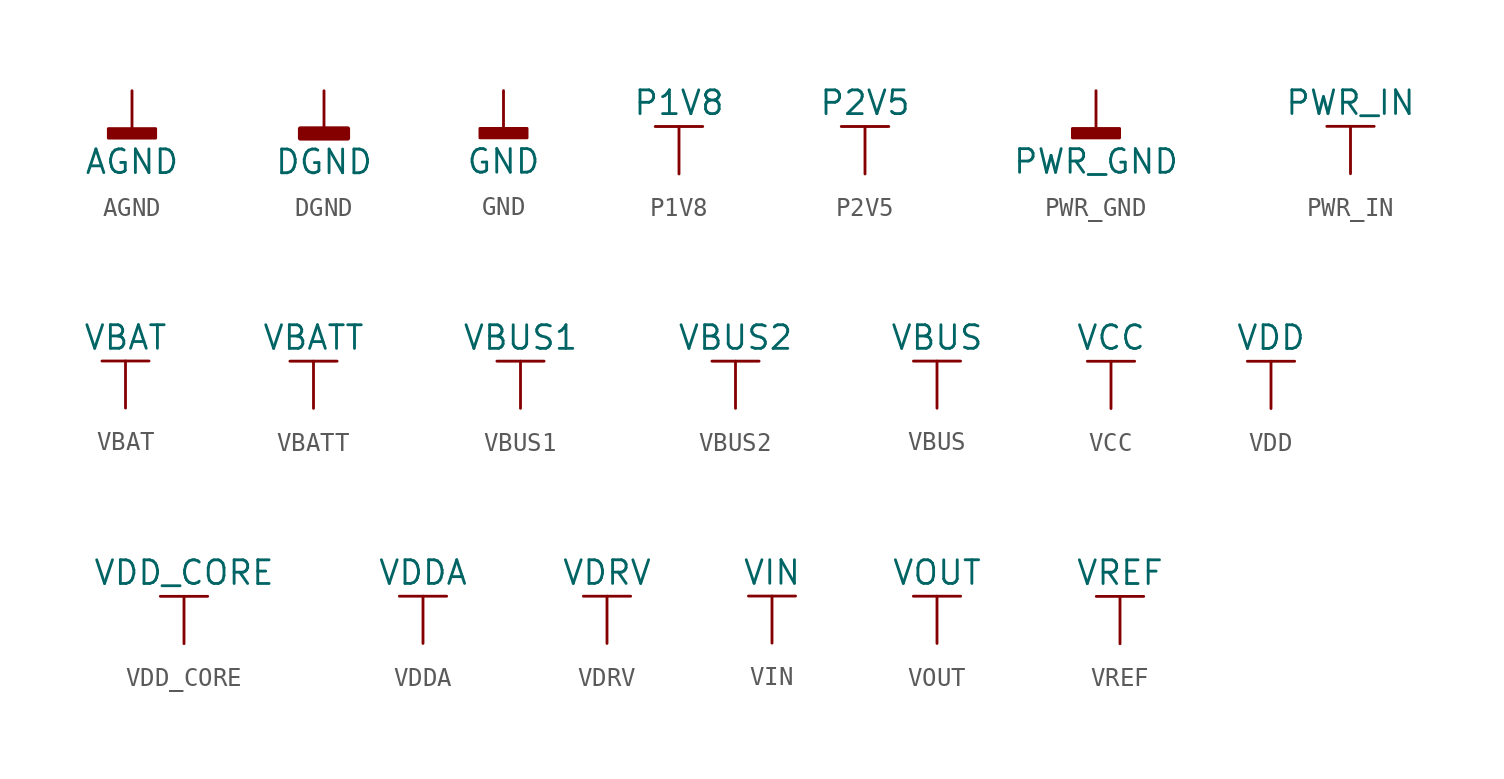
<source format=kicad_sym>
(kicad_symbol_lib
  (version 20211014)
  (generator kicad_symbol_editor)
  (symbol "AGND"
    (power)
    (pin_names
      (offset 0))
    (property "Reference" "#PWR"
      (at 0 -6.35 0)
      (effects (font (size 1.27 1.27)) hide))
    (property "Value" "AGND"
      (at 0 -3.81 0)
      (effects (font (size 1.27 1.27))))
    (symbol "AGND_0_1"
      (rectangle (start -1.27 -2.032) (end 1.27 -2.54) (stroke (width 0.152) (type default) (color 0 0 0 0)) (fill (type outline)))
      (polyline (pts (xy 0 0) (xy 0 -2.032)) (stroke (width 0.152) (type default) (color 0 0 0 0)) (fill (type none))))
    (symbol "AGND_1_1"
      (pin power_in line (at 0 0 270) (length 0) hide (name "AGND" (effects (font (size 1.27 1.27)))) (number "1" (effects (font (size 1.27 1.27)))))))
  (symbol "DGND"
    (power)
    (pin_names
      (offset 0))
    (property "Reference" "#PWR"
      (at 0 -6.35 0)
      (effects (font (size 1.27 1.27)) hide))
    (property "Value" "DGND"
      (at 0 -3.81 0)
      (effects (font (size 1.27 1.27))))
    (symbol "DGND_0_1"
      (rectangle (start -1.27 -2.032) (end 1.27 -2.54) (stroke (width 0.254) (type default) (color 0 0 0 0)) (fill (type outline)))
      (polyline (pts (xy 0 0) (xy 0 -2.032)) (stroke (width 0) (type default) (color 0 0 0 0)) (fill (type none))))
    (symbol "DGND_1_1"
      (pin power_in line (at 0 0 270) (length 0) hide (name "DGND" (effects (font (size 1.27 1.27)))) (number "1" (effects (font (size 1.27 1.27)))))))
  (symbol "GND"
    (power)
    (pin_names
      (offset 0))
    (property "Reference" "#PWR"
      (at 0 -6.35 0)
      (effects (font (size 1.27 1.27)) hide))
    (property "Value" "GND"
      (at 0 -3.81 0)
      (effects (font (size 1.27 1.27))))
    (symbol "GND_0_1"
      (rectangle (start -1.27 -2.032) (end 1.27 -2.54) (stroke (width 0.152) (type default) (color 0 0 0 0)) (fill (type outline)))
      (polyline (pts (xy 0 0) (xy 0 -2.032)) (stroke (width 0.152) (type default) (color 0 0 0 0)) (fill (type none))))
    (symbol "GND_1_1"
      (pin power_in line (at 0 0 270) (length 0) hide (name "GND" (effects (font (size 1.27 1.27)))) (number "1" (effects (font (size 1.27 1.27)))))))
  (symbol "P1V8"
    (power)
    (pin_names
      (offset 0))
    (property "Reference" "#PWR"
      (at 0 -3.81 0)
      (effects (font (size 1.27 1.27)) hide))
    (property "Value" "P1V8"
      (at 0 3.81 0)
      (effects (font (size 1.27 1.27))))
    (symbol "P1V8_0_1"
      (polyline (pts (xy -1.27 2.54) (xy 1.27 2.54)) (stroke (width 0.152) (type default) (color 0 0 0 0)) (fill (type none)))
      (polyline (pts (xy 0 0) (xy 0 2.54)) (stroke (width 0.152) (type default) (color 0 0 0 0)) (fill (type none))))
    (symbol "P1V8_1_1"
      (pin power_in line (at 0 0 90) (length 0) hide (name "P1V8" (effects (font (size 1.27 1.27)))) (number "1" (effects (font (size 1.27 1.27)))))))
  (symbol "P2V5"
    (power)
    (pin_names
      (offset 0))
    (property "Reference" "#PWR"
      (at 0 -3.81 0)
      (effects (font (size 1.27 1.27)) hide))
    (property "Value" "P2V5"
      (at 0 3.81 0)
      (effects (font (size 1.27 1.27))))
    (symbol "P2V5_0_1"
      (polyline (pts (xy -1.27 2.54) (xy 1.27 2.54)) (stroke (width 0.152) (type default) (color 0 0 0 0)) (fill (type none)))
      (polyline (pts (xy 0 0) (xy 0 2.54)) (stroke (width 0.152) (type default) (color 0 0 0 0)) (fill (type none))))
    (symbol "P2V5_1_1"
      (pin power_in line (at 0 0 90) (length 0) hide (name "P2V5" (effects (font (size 1.27 1.27)))) (number "1" (effects (font (size 1.27 1.27)))))))
  (symbol "PWR_GND"
    (power)
    (pin_names
      (offset 0))
    (property "Reference" "#PWR"
      (at 0 -6.35 0)
      (effects (font (size 1.27 1.27)) hide))
    (property "Value" "PWR_GND"
      (at 0 -3.81 0)
      (effects (font (size 1.27 1.27))))
    (symbol "PWR_GND_0_1"
      (rectangle (start -1.27 -2.032) (end 1.27 -2.54) (stroke (width 0.152) (type default) (color 0 0 0 0)) (fill (type outline)))
      (polyline (pts (xy 0 0) (xy 0 -2.032)) (stroke (width 0.152) (type default) (color 0 0 0 0)) (fill (type none))))
    (symbol "PWR_GND_1_1"
      (pin power_in line (at 0 0 270) (length 0) hide (name "PWR_GND" (effects (font (size 1.27 1.27)))) (number "1" (effects (font (size 1.27 1.27)))))))
  (symbol "PWR_IN"
    (power)
    (pin_names
      (offset 0))
    (property "Reference" "#PWR"
      (at 0 -3.81 0)
      (effects (font (size 1.27 1.27)) hide))
    (property "Value" "PWR_IN"
      (at 0 3.81 0)
      (effects (font (size 1.27 1.27))))
    (symbol "PWR_IN_0_1"
      (polyline (pts (xy -1.27 2.54) (xy 1.27 2.54)) (stroke (width 0.152) (type default) (color 0 0 0 0)) (fill (type none)))
      (polyline (pts (xy 0 0) (xy 0 2.54)) (stroke (width 0.152) (type default) (color 0 0 0 0)) (fill (type none))))
    (symbol "PWR_IN_1_1"
      (pin power_in line (at 0 0 90) (length 0) hide (name "PWR_IN" (effects (font (size 1.27 1.27)))) (number "1" (effects (font (size 1.27 1.27)))))))
  (symbol "VBAT"
    (power)
    (pin_names
      (offset 0))
    (property "Reference" "#PWR"
      (at 0 -3.81 0)
      (effects (font (size 1.27 1.27)) hide))
    (property "Value" "VBAT"
      (at 0 3.81 0)
      (effects (font (size 1.27 1.27))))
    (symbol "VBAT_0_1"
      (polyline (pts (xy -1.27 2.54) (xy 1.27 2.54)) (stroke (width 0.152) (type default) (color 0 0 0 0)) (fill (type none)))
      (polyline (pts (xy 0 0) (xy 0 2.54)) (stroke (width 0.152) (type default) (color 0 0 0 0)) (fill (type none))))
    (symbol "VBAT_1_1"
      (pin power_in line (at 0 0 90) (length 0) hide (name "VBAT" (effects (font (size 1.27 1.27)))) (number "1" (effects (font (size 1.27 1.27)))))))
  (symbol "VBATT"
    (power)
    (pin_names
      (offset 0))
    (property "Reference" "#PWR"
      (at 0 -3.81 0)
      (effects (font (size 1.27 1.27)) hide))
    (property "Value" "VBATT"
      (at 0 3.81 0)
      (effects (font (size 1.27 1.27))))
    (symbol "VBATT_0_1"
      (polyline (pts (xy -1.27 2.54) (xy 1.27 2.54)) (stroke (width 0.152) (type default) (color 0 0 0 0)) (fill (type none)))
      (polyline (pts (xy 0 0) (xy 0 2.54)) (stroke (width 0.152) (type default) (color 0 0 0 0)) (fill (type none))))
    (symbol "VBATT_1_1"
      (pin power_in line (at 0 0 90) (length 0) hide (name "VBATT" (effects (font (size 1.27 1.27)))) (number "1" (effects (font (size 1.27 1.27)))))))
  (symbol "VBUS1"
    (power)
    (pin_names
      (offset 0))
    (property "Reference" "#PWR"
      (at 0 -3.81 0)
      (effects (font (size 1.27 1.27)) hide))
    (property "Value" "VBUS1"
      (at 0 3.81 0)
      (effects (font (size 1.27 1.27))))
    (symbol "VBUS1_0_1"
      (polyline (pts (xy -1.27 2.54) (xy 1.27 2.54)) (stroke (width 0.152) (type default) (color 0 0 0 0)) (fill (type none)))
      (polyline (pts (xy 0 0) (xy 0 2.54)) (stroke (width 0.152) (type default) (color 0 0 0 0)) (fill (type none))))
    (symbol "VBUS1_1_1"
      (pin power_in line (at 0 0 90) (length 0) hide (name "VBUS1" (effects (font (size 1.27 1.27)))) (number "1" (effects (font (size 1.27 1.27)))))))
  (symbol "VBUS2"
    (power)
    (pin_names
      (offset 0))
    (property "Reference" "#PWR"
      (at 0 -3.81 0)
      (effects (font (size 1.27 1.27)) hide))
    (property "Value" "VBUS2"
      (at 0 3.81 0)
      (effects (font (size 1.27 1.27))))
    (symbol "VBUS2_0_1"
      (polyline (pts (xy -1.27 2.54) (xy 1.27 2.54)) (stroke (width 0.152) (type default) (color 0 0 0 0)) (fill (type none)))
      (polyline (pts (xy 0 0) (xy 0 2.54)) (stroke (width 0.152) (type default) (color 0 0 0 0)) (fill (type none))))
    (symbol "VBUS2_1_1"
      (pin power_in line (at 0 0 90) (length 0) hide (name "VBUS2" (effects (font (size 1.27 1.27)))) (number "1" (effects (font (size 1.27 1.27)))))))
  (symbol "VBUS"
    (power)
    (pin_names
      (offset 0))
    (property "Reference" "#PWR"
      (at 0 -3.81 0)
      (effects (font (size 1.27 1.27)) hide))
    (property "Value" "VBUS"
      (at 0 3.81 0)
      (effects (font (size 1.27 1.27))))
    (symbol "VBUS_0_1"
      (polyline (pts (xy -1.27 2.54) (xy 1.27 2.54)) (stroke (width 0.152) (type default) (color 0 0 0 0)) (fill (type none)))
      (polyline (pts (xy 0 0) (xy 0 2.54)) (stroke (width 0.152) (type default) (color 0 0 0 0)) (fill (type none))))
    (symbol "VBUS_1_1"
      (pin power_in line (at 0 0 90) (length 0) hide (name "VBUS" (effects (font (size 1.27 1.27)))) (number "1" (effects (font (size 1.27 1.27)))))))
  (symbol "VCC"
    (power)
    (pin_names
      (offset 0))
    (property "Reference" "#PWR"
      (at 0 -3.81 0)
      (effects (font (size 1.27 1.27)) hide))
    (property "Value" "VCC"
      (at 0 3.81 0)
      (effects (font (size 1.27 1.27))))
    (symbol "VCC_0_1"
      (polyline (pts (xy -1.27 2.54) (xy 1.27 2.54)) (stroke (width 0.152) (type default) (color 0 0 0 0)) (fill (type none)))
      (polyline (pts (xy 0 0) (xy 0 2.54)) (stroke (width 0.152) (type default) (color 0 0 0 0)) (fill (type none))))
    (symbol "VCC_1_1"
      (pin power_in line (at 0 0 90) (length 0) hide (name "VCC" (effects (font (size 1.27 1.27)))) (number "1" (effects (font (size 1.27 1.27)))))))
  (symbol "VDD"
    (power)
    (pin_names
      (offset 0))
    (property "Reference" "#PWR"
      (at 0 -3.81 0)
      (effects (font (size 1.27 1.27)) hide))
    (property "Value" "VDD"
      (at 0 3.81 0)
      (effects (font (size 1.27 1.27))))
    (symbol "VDD_0_1"
      (polyline (pts (xy -1.27 2.54) (xy 1.27 2.54)) (stroke (width 0.152) (type default) (color 0 0 0 0)) (fill (type none)))
      (polyline (pts (xy 0 0) (xy 0 2.54)) (stroke (width 0.152) (type default) (color 0 0 0 0)) (fill (type none))))
    (symbol "VDD_1_1"
      (pin power_in line (at 0 0 90) (length 0) hide (name "VDD" (effects (font (size 1.27 1.27)))) (number "1" (effects (font (size 1.27 1.27)))))))
  (symbol "VDD_CORE"
    (power)
    (pin_names
      (offset 0))
    (property "Reference" "#PWR"
      (at 0 -3.81 0)
      (effects (font (size 1.27 1.27)) hide))
    (property "Value" "VDD_CORE"
      (at 0 3.81 0)
      (effects (font (size 1.27 1.27))))
    (symbol "VDD_CORE_0_1"
      (polyline (pts (xy -1.27 2.54) (xy 1.27 2.54)) (stroke (width 0.152) (type default) (color 0 0 0 0)) (fill (type none)))
      (polyline (pts (xy 0 0) (xy 0 2.54)) (stroke (width 0.152) (type default) (color 0 0 0 0)) (fill (type none))))
    (symbol "VDD_CORE_1_1"
      (pin power_in line (at 0 0 90) (length 0) hide (name "VDD_CORE" (effects (font (size 1.27 1.27)))) (number "1" (effects (font (size 1.27 1.27)))))))
  (symbol "VDDA"
    (power)
    (pin_names
      (offset 0))
    (property "Reference" "#PWR"
      (at 0 -3.81 0)
      (effects (font (size 1.27 1.27)) hide))
    (property "Value" "VDDA"
      (at 0 3.81 0)
      (effects (font (size 1.27 1.27))))
    (symbol "VDDA_0_1"
      (polyline (pts (xy -1.27 2.54) (xy 1.27 2.54)) (stroke (width 0.152) (type default) (color 0 0 0 0)) (fill (type none)))
      (polyline (pts (xy 0 0) (xy 0 2.54)) (stroke (width 0.152) (type default) (color 0 0 0 0)) (fill (type none))))
    (symbol "VDDA_1_1"
      (pin power_in line (at 0 0 90) (length 0) hide (name "VDDA" (effects (font (size 1.27 1.27)))) (number "1" (effects (font (size 1.27 1.27)))))))
  (symbol "VDRV"
    (power)
    (pin_names
      (offset 0))
    (property "Reference" "#PWR"
      (at 0 -3.81 0)
      (effects (font (size 1.27 1.27)) hide))
    (property "Value" "VDRV"
      (at 0 3.81 0)
      (effects (font (size 1.27 1.27))))
    (symbol "VDRV_0_1"
      (polyline (pts (xy -1.27 2.54) (xy 1.27 2.54)) (stroke (width 0.152) (type default) (color 0 0 0 0)) (fill (type none)))
      (polyline (pts (xy 0 0) (xy 0 2.54)) (stroke (width 0.152) (type default) (color 0 0 0 0)) (fill (type none))))
    (symbol "VDRV_1_1"
      (pin power_in line (at 0 0 90) (length 0) hide (name "VDRV" (effects (font (size 1.27 1.27)))) (number "1" (effects (font (size 1.27 1.27)))))))
  (symbol "VIN"
    (power)
    (pin_names
      (offset 0))
    (property "Reference" "#PWR"
      (at 0 -3.81 0)
      (effects (font (size 1.27 1.27)) hide))
    (property "Value" "VIN"
      (at 0 3.81 0)
      (effects (font (size 1.27 1.27))))
    (symbol "VIN_0_1"
      (polyline (pts (xy -1.27 2.54) (xy 1.27 2.54)) (stroke (width 0.152) (type default) (color 0 0 0 0)) (fill (type none)))
      (polyline (pts (xy 0 0) (xy 0 2.54)) (stroke (width 0.152) (type default) (color 0 0 0 0)) (fill (type none))))
    (symbol "VIN_1_1"
      (pin power_in line (at 0 0 90) (length 0) hide (name "VIN" (effects (font (size 1.27 1.27)))) (number "1" (effects (font (size 1.27 1.27)))))))
  (symbol "VOUT"
    (power)
    (pin_names
      (offset 0))
    (property "Reference" "#PWR"
      (at 0 -3.81 0)
      (effects (font (size 1.27 1.27)) hide))
    (property "Value" "VOUT"
      (at 0 3.81 0)
      (effects (font (size 1.27 1.27))))
    (symbol "VOUT_0_1"
      (polyline (pts (xy -1.27 2.54) (xy 1.27 2.54)) (stroke (width 0.152) (type default) (color 0 0 0 0)) (fill (type none)))
      (polyline (pts (xy 0 0) (xy 0 2.54)) (stroke (width 0.152) (type default) (color 0 0 0 0)) (fill (type none))))
    (symbol "VOUT_1_1"
      (pin power_in line (at 0 0 90) (length 0) hide (name "VOUT" (effects (font (size 1.27 1.27)))) (number "1" (effects (font (size 1.27 1.27)))))))
  (symbol "VREF"
    (power)
    (pin_names
      (offset 0))
    (property "Reference" "#PWR"
      (at 0 -3.81 0)
      (effects (font (size 1.27 1.27)) hide))
    (property "Value" "VREF"
      (at 0 3.81 0)
      (effects (font (size 1.27 1.27))))
    (symbol "VREF_0_1"
      (polyline (pts (xy -1.27 2.54) (xy 1.27 2.54)) (stroke (width 0.152) (type default) (color 0 0 0 0)) (fill (type none)))
      (polyline (pts (xy 0 0) (xy 0 2.54)) (stroke (width 0.152) (type default) (color 0 0 0 0)) (fill (type none))))
    (symbol "VREF_1_1"
      (pin power_in line (at 0 0 90) (length 0) hide (name "VREF" (effects (font (size 1.27 1.27)))) (number "1" (effects (font (size 1.27 1.27))))))))
</source>
